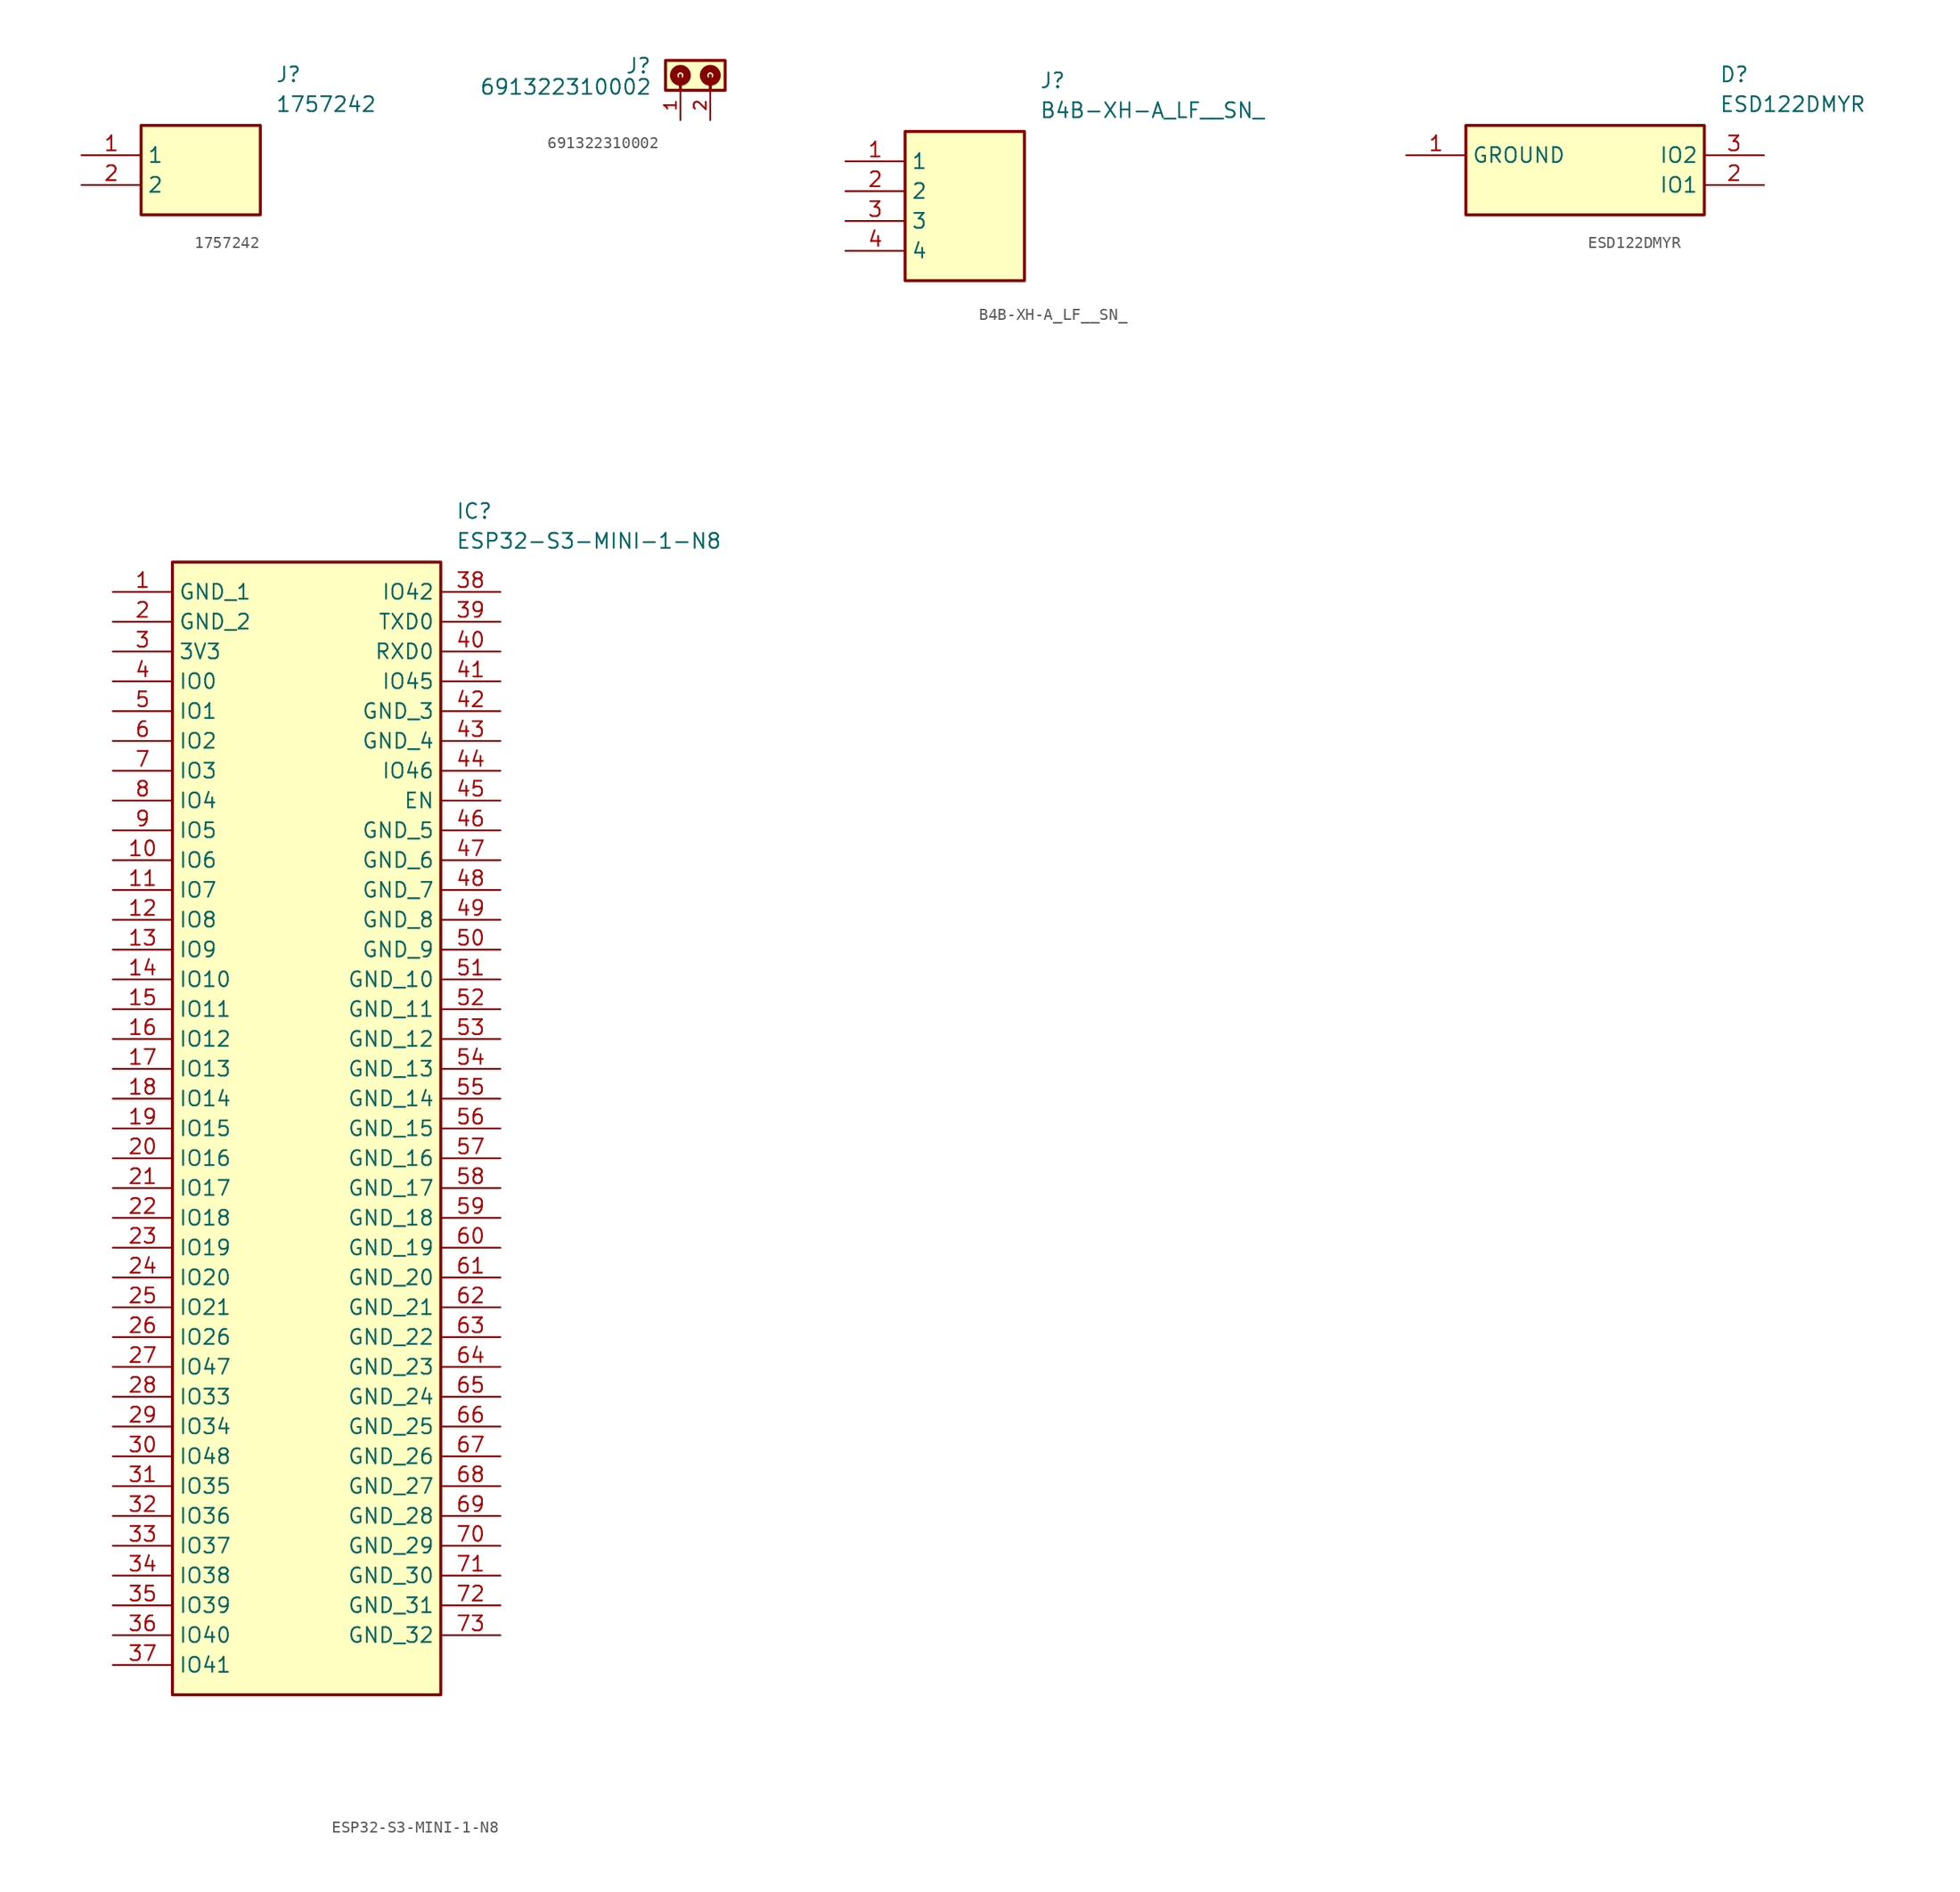
<source format=kicad_sym>
(kicad_symbol_lib
  (version 20241209)
  (generator "kicad_symbol_editor")
  (generator_version "9.0")
  (symbol "1757242"
    (property "Reference" "J"
      (at 16.51 7.62 0)
      (effects (font (size 1.27 1.27)) (justify left top)))
    (property "Value" "1757242"
      (at 16.51 5.08 0)
      (effects (font (size 1.27 1.27)) (justify left top)))
    (symbol "1757242_1_1"
      (rectangle (start 5.08 2.54) (end 15.24 -5.08) (stroke (width 0.254) (type default)) (fill (type background)))
      (pin passive line (at 0 0 0) (length 5.08) (name "1" (effects (font (size 1.27 1.27)))) (number "1" (effects (font (size 1.27 1.27)))))
      (pin passive line (at 0 -2.54 0) (length 5.08) (name "2" (effects (font (size 1.27 1.27)))) (number "2" (effects (font (size 1.27 1.27)))))))
  (symbol "691322310002"
    (pin_names
      (offset 1.016))
    (property "Reference" "J"
      (at -4.99 -1.205 0)
      (effects (font (size 1.27 1.27)) (justify right bottom)))
    (property "Value" "691322310002"
      (at -4.95 -3.01 0)
      (effects (font (size 1.27 1.27)) (justify right bottom)))
    (symbol "691322310002_0_0"
      (rectangle (start -3.81 0) (end 1.27 -2.54) (stroke (width 0.254) (type default)) (fill (type background)))
      (circle (center -2.54 -1.27) (radius 0.254) (stroke (width 0.635) (type default)) (fill (type none)))
      (polyline (pts (xy -2.54 -1.27) (xy -2.54 -2.54)) (stroke (width 0.254) (type default)) (fill (type none)))
      (polyline (pts (xy 0 -1.27) (xy 0 -2.54)) (stroke (width 0.254) (type default)) (fill (type none)))
      (circle (center 0 -1.27) (radius 0.254) (stroke (width 0.635) (type default)) (fill (type none)))
      (pin passive line (at -2.54 -5.08 90) (length 2.54) (name "~" (effects (font (size 1.016 1.016)))) (number "1" (effects (font (size 1.016 1.016)))))
      (pin passive line (at 0 -5.08 90) (length 2.54) (name "~" (effects (font (size 1.016 1.016)))) (number "2" (effects (font (size 1.016 1.016)))))))
  (symbol "B4B-XH-A_LF__SN_"
    (property "Reference" "J"
      (at 16.51 7.62 0)
      (effects (font (size 1.27 1.27)) (justify left top)))
    (property "Value" "B4B-XH-A_LF__SN_"
      (at 16.51 5.08 0)
      (effects (font (size 1.27 1.27)) (justify left top)))
    (symbol "B4B-XH-A_LF__SN__1_1"
      (rectangle (start 5.08 2.54) (end 15.24 -10.16) (stroke (width 0.254) (type default)) (fill (type background)))
      (pin passive line (at 0 0 0) (length 5.08) (name "1" (effects (font (size 1.27 1.27)))) (number "1" (effects (font (size 1.27 1.27)))))
      (pin passive line (at 0 -2.54 0) (length 5.08) (name "2" (effects (font (size 1.27 1.27)))) (number "2" (effects (font (size 1.27 1.27)))))
      (pin passive line (at 0 -5.08 0) (length 5.08) (name "3" (effects (font (size 1.27 1.27)))) (number "3" (effects (font (size 1.27 1.27)))))
      (pin passive line (at 0 -7.62 0) (length 5.08) (name "4" (effects (font (size 1.27 1.27)))) (number "4" (effects (font (size 1.27 1.27)))))))
  (symbol "ESD122DMYR"
    (property "Reference" "D"
      (at 26.67 7.62 0)
      (effects (font (size 1.27 1.27)) (justify left top)))
    (property "Value" "ESD122DMYR"
      (at 26.67 5.08 0)
      (effects (font (size 1.27 1.27)) (justify left top)))
    (symbol "ESD122DMYR_1_1"
      (rectangle (start 5.08 2.54) (end 25.4 -5.08) (stroke (width 0.254) (type default)) (fill (type background)))
      (pin power_in line (at 0 0 0) (length 5.08) (name "GROUND" (effects (font (size 1.27 1.27)))) (number "1" (effects (font (size 1.27 1.27)))))
      (pin input line (at 30.48 0 180) (length 5.08) (name "IO2" (effects (font (size 1.27 1.27)))) (number "3" (effects (font (size 1.27 1.27)))))
      (pin input line (at 30.48 -2.54 180) (length 5.08) (name "IO1" (effects (font (size 1.27 1.27)))) (number "2" (effects (font (size 1.27 1.27)))))))
  (symbol "ESP32-S3-MINI-1-N8"
    (property "Reference" "IC"
      (at 29.21 7.62 0)
      (effects (font (size 1.27 1.27)) (justify left top)))
    (property "Value" "ESP32-S3-MINI-1-N8"
      (at 29.21 5.08 0)
      (effects (font (size 1.27 1.27)) (justify left top)))
    (symbol "ESP32-S3-MINI-1-N8_1_1"
      (rectangle (start 5.08 2.54) (end 27.94 -93.98) (stroke (width 0.254) (type default)) (fill (type background)))
      (pin passive line (at 0 0 0) (length 5.08) (name "GND_1" (effects (font (size 1.27 1.27)))) (number "1" (effects (font (size 1.27 1.27)))))
      (pin passive line (at 0 -2.54 0) (length 5.08) (name "GND_2" (effects (font (size 1.27 1.27)))) (number "2" (effects (font (size 1.27 1.27)))))
      (pin passive line (at 0 -5.08 0) (length 5.08) (name "3V3" (effects (font (size 1.27 1.27)))) (number "3" (effects (font (size 1.27 1.27)))))
      (pin passive line (at 0 -7.62 0) (length 5.08) (name "IO0" (effects (font (size 1.27 1.27)))) (number "4" (effects (font (size 1.27 1.27)))))
      (pin passive line (at 0 -10.16 0) (length 5.08) (name "IO1" (effects (font (size 1.27 1.27)))) (number "5" (effects (font (size 1.27 1.27)))))
      (pin passive line (at 0 -12.7 0) (length 5.08) (name "IO2" (effects (font (size 1.27 1.27)))) (number "6" (effects (font (size 1.27 1.27)))))
      (pin passive line (at 0 -15.24 0) (length 5.08) (name "IO3" (effects (font (size 1.27 1.27)))) (number "7" (effects (font (size 1.27 1.27)))))
      (pin passive line (at 0 -17.78 0) (length 5.08) (name "IO4" (effects (font (size 1.27 1.27)))) (number "8" (effects (font (size 1.27 1.27)))))
      (pin passive line (at 0 -20.32 0) (length 5.08) (name "IO5" (effects (font (size 1.27 1.27)))) (number "9" (effects (font (size 1.27 1.27)))))
      (pin passive line (at 0 -22.86 0) (length 5.08) (name "IO6" (effects (font (size 1.27 1.27)))) (number "10" (effects (font (size 1.27 1.27)))))
      (pin passive line (at 0 -25.4 0) (length 5.08) (name "IO7" (effects (font (size 1.27 1.27)))) (number "11" (effects (font (size 1.27 1.27)))))
      (pin passive line (at 0 -27.94 0) (length 5.08) (name "IO8" (effects (font (size 1.27 1.27)))) (number "12" (effects (font (size 1.27 1.27)))))
      (pin passive line (at 0 -30.48 0) (length 5.08) (name "IO9" (effects (font (size 1.27 1.27)))) (number "13" (effects (font (size 1.27 1.27)))))
      (pin passive line (at 0 -33.02 0) (length 5.08) (name "IO10" (effects (font (size 1.27 1.27)))) (number "14" (effects (font (size 1.27 1.27)))))
      (pin passive line (at 0 -35.56 0) (length 5.08) (name "IO11" (effects (font (size 1.27 1.27)))) (number "15" (effects (font (size 1.27 1.27)))))
      (pin passive line (at 0 -38.1 0) (length 5.08) (name "IO12" (effects (font (size 1.27 1.27)))) (number "16" (effects (font (size 1.27 1.27)))))
      (pin passive line (at 0 -40.64 0) (length 5.08) (name "IO13" (effects (font (size 1.27 1.27)))) (number "17" (effects (font (size 1.27 1.27)))))
      (pin passive line (at 0 -43.18 0) (length 5.08) (name "IO14" (effects (font (size 1.27 1.27)))) (number "18" (effects (font (size 1.27 1.27)))))
      (pin passive line (at 0 -45.72 0) (length 5.08) (name "IO15" (effects (font (size 1.27 1.27)))) (number "19" (effects (font (size 1.27 1.27)))))
      (pin passive line (at 0 -48.26 0) (length 5.08) (name "IO16" (effects (font (size 1.27 1.27)))) (number "20" (effects (font (size 1.27 1.27)))))
      (pin passive line (at 0 -50.8 0) (length 5.08) (name "IO17" (effects (font (size 1.27 1.27)))) (number "21" (effects (font (size 1.27 1.27)))))
      (pin passive line (at 0 -53.34 0) (length 5.08) (name "IO18" (effects (font (size 1.27 1.27)))) (number "22" (effects (font (size 1.27 1.27)))))
      (pin passive line (at 0 -55.88 0) (length 5.08) (name "IO19" (effects (font (size 1.27 1.27)))) (number "23" (effects (font (size 1.27 1.27)))))
      (pin passive line (at 0 -58.42 0) (length 5.08) (name "IO20" (effects (font (size 1.27 1.27)))) (number "24" (effects (font (size 1.27 1.27)))))
      (pin passive line (at 0 -60.96 0) (length 5.08) (name "IO21" (effects (font (size 1.27 1.27)))) (number "25" (effects (font (size 1.27 1.27)))))
      (pin passive line (at 0 -63.5 0) (length 5.08) (name "IO26" (effects (font (size 1.27 1.27)))) (number "26" (effects (font (size 1.27 1.27)))))
      (pin passive line (at 0 -66.04 0) (length 5.08) (name "IO47" (effects (font (size 1.27 1.27)))) (number "27" (effects (font (size 1.27 1.27)))))
      (pin passive line (at 0 -68.58 0) (length 5.08) (name "IO33" (effects (font (size 1.27 1.27)))) (number "28" (effects (font (size 1.27 1.27)))))
      (pin passive line (at 0 -71.12 0) (length 5.08) (name "IO34" (effects (font (size 1.27 1.27)))) (number "29" (effects (font (size 1.27 1.27)))))
      (pin passive line (at 0 -73.66 0) (length 5.08) (name "IO48" (effects (font (size 1.27 1.27)))) (number "30" (effects (font (size 1.27 1.27)))))
      (pin passive line (at 0 -76.2 0) (length 5.08) (name "IO35" (effects (font (size 1.27 1.27)))) (number "31" (effects (font (size 1.27 1.27)))))
      (pin passive line (at 0 -78.74 0) (length 5.08) (name "IO36" (effects (font (size 1.27 1.27)))) (number "32" (effects (font (size 1.27 1.27)))))
      (pin passive line (at 0 -81.28 0) (length 5.08) (name "IO37" (effects (font (size 1.27 1.27)))) (number "33" (effects (font (size 1.27 1.27)))))
      (pin passive line (at 0 -83.82 0) (length 5.08) (name "IO38" (effects (font (size 1.27 1.27)))) (number "34" (effects (font (size 1.27 1.27)))))
      (pin passive line (at 0 -86.36 0) (length 5.08) (name "IO39" (effects (font (size 1.27 1.27)))) (number "35" (effects (font (size 1.27 1.27)))))
      (pin passive line (at 0 -88.9 0) (length 5.08) (name "IO40" (effects (font (size 1.27 1.27)))) (number "36" (effects (font (size 1.27 1.27)))))
      (pin passive line (at 0 -91.44 0) (length 5.08) (name "IO41" (effects (font (size 1.27 1.27)))) (number "37" (effects (font (size 1.27 1.27)))))
      (pin passive line (at 33.02 0 180) (length 5.08) (name "IO42" (effects (font (size 1.27 1.27)))) (number "38" (effects (font (size 1.27 1.27)))))
      (pin passive line (at 33.02 -2.54 180) (length 5.08) (name "TXD0" (effects (font (size 1.27 1.27)))) (number "39" (effects (font (size 1.27 1.27)))))
      (pin passive line (at 33.02 -5.08 180) (length 5.08) (name "RXD0" (effects (font (size 1.27 1.27)))) (number "40" (effects (font (size 1.27 1.27)))))
      (pin passive line (at 33.02 -7.62 180) (length 5.08) (name "IO45" (effects (font (size 1.27 1.27)))) (number "41" (effects (font (size 1.27 1.27)))))
      (pin passive line (at 33.02 -10.16 180) (length 5.08) (name "GND_3" (effects (font (size 1.27 1.27)))) (number "42" (effects (font (size 1.27 1.27)))))
      (pin passive line (at 33.02 -12.7 180) (length 5.08) (name "GND_4" (effects (font (size 1.27 1.27)))) (number "43" (effects (font (size 1.27 1.27)))))
      (pin passive line (at 33.02 -15.24 180) (length 5.08) (name "IO46" (effects (font (size 1.27 1.27)))) (number "44" (effects (font (size 1.27 1.27)))))
      (pin passive line (at 33.02 -17.78 180) (length 5.08) (name "EN" (effects (font (size 1.27 1.27)))) (number "45" (effects (font (size 1.27 1.27)))))
      (pin passive line (at 33.02 -20.32 180) (length 5.08) (name "GND_5" (effects (font (size 1.27 1.27)))) (number "46" (effects (font (size 1.27 1.27)))))
      (pin passive line (at 33.02 -22.86 180) (length 5.08) (name "GND_6" (effects (font (size 1.27 1.27)))) (number "47" (effects (font (size 1.27 1.27)))))
      (pin passive line (at 33.02 -25.4 180) (length 5.08) (name "GND_7" (effects (font (size 1.27 1.27)))) (number "48" (effects (font (size 1.27 1.27)))))
      (pin passive line (at 33.02 -27.94 180) (length 5.08) (name "GND_8" (effects (font (size 1.27 1.27)))) (number "49" (effects (font (size 1.27 1.27)))))
      (pin passive line (at 33.02 -30.48 180) (length 5.08) (name "GND_9" (effects (font (size 1.27 1.27)))) (number "50" (effects (font (size 1.27 1.27)))))
      (pin passive line (at 33.02 -33.02 180) (length 5.08) (name "GND_10" (effects (font (size 1.27 1.27)))) (number "51" (effects (font (size 1.27 1.27)))))
      (pin passive line (at 33.02 -35.56 180) (length 5.08) (name "GND_11" (effects (font (size 1.27 1.27)))) (number "52" (effects (font (size 1.27 1.27)))))
      (pin passive line (at 33.02 -38.1 180) (length 5.08) (name "GND_12" (effects (font (size 1.27 1.27)))) (number "53" (effects (font (size 1.27 1.27)))))
      (pin passive line (at 33.02 -40.64 180) (length 5.08) (name "GND_13" (effects (font (size 1.27 1.27)))) (number "54" (effects (font (size 1.27 1.27)))))
      (pin passive line (at 33.02 -43.18 180) (length 5.08) (name "GND_14" (effects (font (size 1.27 1.27)))) (number "55" (effects (font (size 1.27 1.27)))))
      (pin passive line (at 33.02 -45.72 180) (length 5.08) (name "GND_15" (effects (font (size 1.27 1.27)))) (number "56" (effects (font (size 1.27 1.27)))))
      (pin passive line (at 33.02 -48.26 180) (length 5.08) (name "GND_16" (effects (font (size 1.27 1.27)))) (number "57" (effects (font (size 1.27 1.27)))))
      (pin passive line (at 33.02 -50.8 180) (length 5.08) (name "GND_17" (effects (font (size 1.27 1.27)))) (number "58" (effects (font (size 1.27 1.27)))))
      (pin passive line (at 33.02 -53.34 180) (length 5.08) (name "GND_18" (effects (font (size 1.27 1.27)))) (number "59" (effects (font (size 1.27 1.27)))))
      (pin passive line (at 33.02 -55.88 180) (length 5.08) (name "GND_19" (effects (font (size 1.27 1.27)))) (number "60" (effects (font (size 1.27 1.27)))))
      (pin passive line (at 33.02 -58.42 180) (length 5.08) (name "GND_20" (effects (font (size 1.27 1.27)))) (number "61" (effects (font (size 1.27 1.27)))))
      (pin passive line (at 33.02 -60.96 180) (length 5.08) (name "GND_21" (effects (font (size 1.27 1.27)))) (number "62" (effects (font (size 1.27 1.27)))))
      (pin passive line (at 33.02 -63.5 180) (length 5.08) (name "GND_22" (effects (font (size 1.27 1.27)))) (number "63" (effects (font (size 1.27 1.27)))))
      (pin passive line (at 33.02 -66.04 180) (length 5.08) (name "GND_23" (effects (font (size 1.27 1.27)))) (number "64" (effects (font (size 1.27 1.27)))))
      (pin passive line (at 33.02 -68.58 180) (length 5.08) (name "GND_24" (effects (font (size 1.27 1.27)))) (number "65" (effects (font (size 1.27 1.27)))))
      (pin passive line (at 33.02 -71.12 180) (length 5.08) (name "GND_25" (effects (font (size 1.27 1.27)))) (number "66" (effects (font (size 1.27 1.27)))))
      (pin passive line (at 33.02 -73.66 180) (length 5.08) (name "GND_26" (effects (font (size 1.27 1.27)))) (number "67" (effects (font (size 1.27 1.27)))))
      (pin passive line (at 33.02 -76.2 180) (length 5.08) (name "GND_27" (effects (font (size 1.27 1.27)))) (number "68" (effects (font (size 1.27 1.27)))))
      (pin passive line (at 33.02 -78.74 180) (length 5.08) (name "GND_28" (effects (font (size 1.27 1.27)))) (number "69" (effects (font (size 1.27 1.27)))))
      (pin passive line (at 33.02 -81.28 180) (length 5.08) (name "GND_29" (effects (font (size 1.27 1.27)))) (number "70" (effects (font (size 1.27 1.27)))))
      (pin passive line (at 33.02 -83.82 180) (length 5.08) (name "GND_30" (effects (font (size 1.27 1.27)))) (number "71" (effects (font (size 1.27 1.27)))))
      (pin passive line (at 33.02 -86.36 180) (length 5.08) (name "GND_31" (effects (font (size 1.27 1.27)))) (number "72" (effects (font (size 1.27 1.27)))))
      (pin passive line (at 33.02 -88.9 180) (length 5.08) (name "GND_32" (effects (font (size 1.27 1.27)))) (number "73" (effects (font (size 1.27 1.27))))))))
</source>
